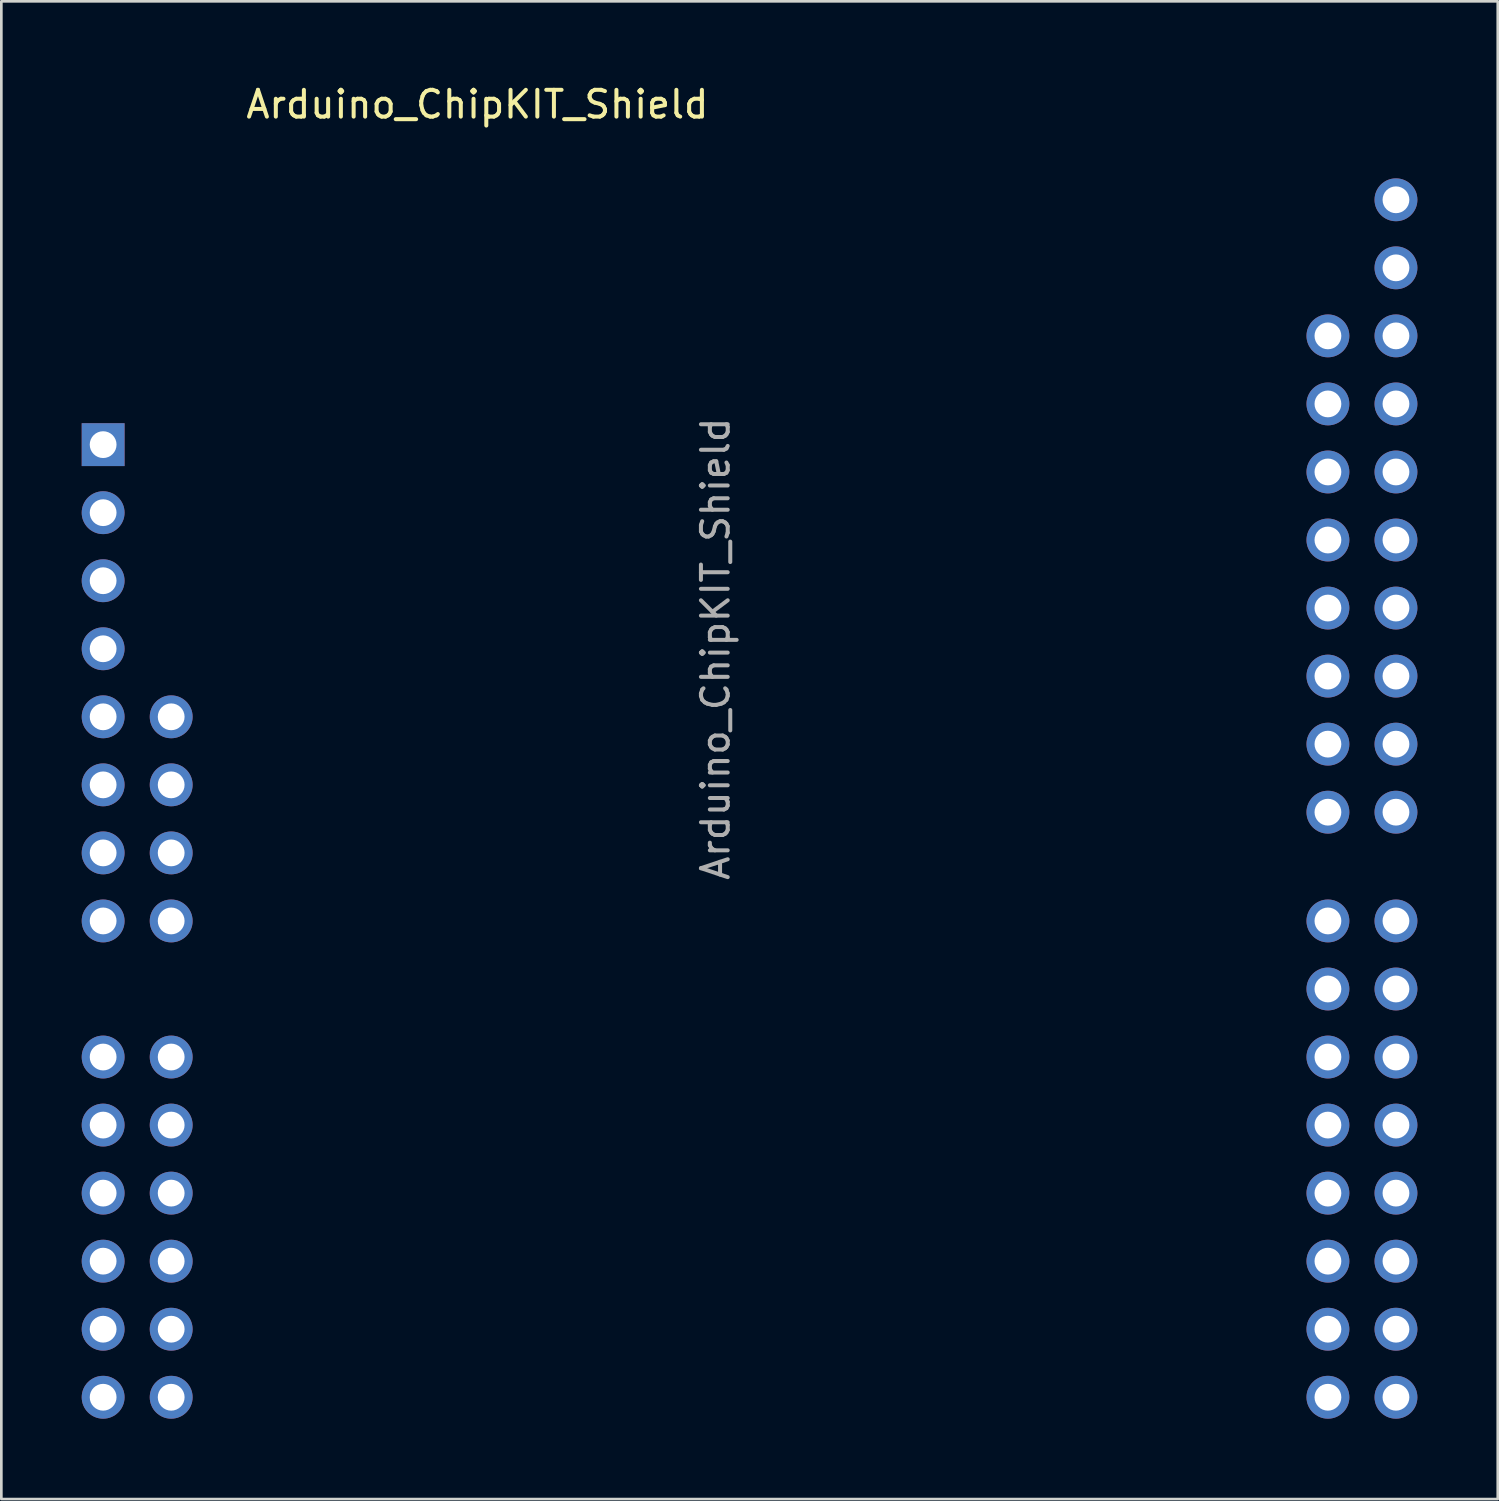
<source format=kicad_pcb>
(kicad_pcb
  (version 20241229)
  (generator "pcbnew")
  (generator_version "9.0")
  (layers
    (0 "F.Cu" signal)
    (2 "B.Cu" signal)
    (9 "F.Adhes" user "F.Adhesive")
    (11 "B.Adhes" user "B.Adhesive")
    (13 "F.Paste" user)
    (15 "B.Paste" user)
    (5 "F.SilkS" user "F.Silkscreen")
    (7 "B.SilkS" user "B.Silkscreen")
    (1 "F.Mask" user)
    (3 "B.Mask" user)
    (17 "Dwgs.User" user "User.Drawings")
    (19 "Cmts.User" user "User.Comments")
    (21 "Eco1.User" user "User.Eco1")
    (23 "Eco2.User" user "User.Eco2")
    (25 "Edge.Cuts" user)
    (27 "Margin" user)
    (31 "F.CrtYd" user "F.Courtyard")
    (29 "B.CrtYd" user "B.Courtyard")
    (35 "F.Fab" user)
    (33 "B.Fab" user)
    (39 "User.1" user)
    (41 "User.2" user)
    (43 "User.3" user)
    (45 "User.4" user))
  (footprint "Arduino_ChipKIT_Shield"
    (layer "F.Cu")
    (at 12.23 2.118)
    (property "Reference" "Arduino_ChipKIT_Shield" (at 2.54 -1.27 0) (layer "F.SilkS") (effects (font (size 1 1) (thickness 0.15))))
    (attr through_hole)
    (fp_text user "${REFERENCE}" (at 11.43 19.05 90) (layer "F.Fab") (effects (font (size 1 1) (thickness 0.15))))
    (pad "1" thru_hole rect (at -11.43 11.43) (size 1.6 1.6) (drill 1) (layers "*.Cu" "*.Mask"))
    (pad "2" thru_hole oval (at -11.43 13.97) (size 1.6 1.6) (drill 1) (layers "*.Cu" "*.Mask"))
    (pad "3" thru_hole oval (at -11.43 16.51) (size 1.6 1.6) (drill 1) (layers "*.Cu" "*.Mask"))
    (pad "4" thru_hole oval (at -11.43 19.05) (size 1.6 1.6) (drill 1) (layers "*.Cu" "*.Mask"))
    (pad "5" thru_hole oval (at -11.43 21.59) (size 1.6 1.6) (drill 1) (layers "*.Cu" "*.Mask"))
    (pad "6" thru_hole oval (at -11.43 24.13) (size 1.6 1.6) (drill 1) (layers "*.Cu" "*.Mask"))
    (pad "7" thru_hole oval (at -11.43 26.67) (size 1.6 1.6) (drill 1) (layers "*.Cu" "*.Mask"))
    (pad "8" thru_hole oval (at -11.43 29.21) (size 1.6 1.6) (drill 1) (layers "*.Cu" "*.Mask"))
    (pad "9" thru_hole oval (at -11.43 34.29) (size 1.6 1.6) (drill 1) (layers "*.Cu" "*.Mask"))
    (pad "10" thru_hole oval (at -11.43 36.83) (size 1.6 1.6) (drill 1) (layers "*.Cu" "*.Mask"))
    (pad "11" thru_hole oval (at -11.43 39.37) (size 1.6 1.6) (drill 1) (layers "*.Cu" "*.Mask"))
    (pad "12" thru_hole oval (at -11.43 41.91) (size 1.6 1.6) (drill 1) (layers "*.Cu" "*.Mask"))
    (pad "13" thru_hole oval (at -11.43 44.45) (size 1.6 1.6) (drill 1) (layers "*.Cu" "*.Mask"))
    (pad "14" thru_hole oval (at -11.43 46.99) (size 1.6 1.6) (drill 1) (layers "*.Cu" "*.Mask"))
    (pad "15" thru_hole oval (at 36.83 46.99) (size 1.6 1.6) (drill 1) (layers "*.Cu" "*.Mask"))
    (pad "16" thru_hole oval (at 36.83 44.45) (size 1.6 1.6) (drill 1) (layers "*.Cu" "*.Mask"))
    (pad "17" thru_hole oval (at 36.83 41.91) (size 1.6 1.6) (drill 1) (layers "*.Cu" "*.Mask"))
    (pad "18" thru_hole oval (at 36.83 39.37) (size 1.6 1.6) (drill 1) (layers "*.Cu" "*.Mask"))
    (pad "19" thru_hole oval (at 36.83 36.83) (size 1.6 1.6) (drill 1) (layers "*.Cu" "*.Mask"))
    (pad "20" thru_hole oval (at 36.83 34.29) (size 1.6 1.6) (drill 1) (layers "*.Cu" "*.Mask"))
    (pad "21" thru_hole oval (at 36.83 31.75) (size 1.6 1.6) (drill 1) (layers "*.Cu" "*.Mask"))
    (pad "22" thru_hole oval (at 36.83 29.21) (size 1.6 1.6) (drill 1) (layers "*.Cu" "*.Mask"))
    (pad "23" thru_hole oval (at 36.83 25.15) (size 1.6 1.6) (drill 1) (layers "*.Cu" "*.Mask"))
    (pad "24" thru_hole oval (at 36.83 22.61) (size 1.6 1.6) (drill 1) (layers "*.Cu" "*.Mask"))
    (pad "25" thru_hole oval (at 36.83 20.07) (size 1.6 1.6) (drill 1) (layers "*.Cu" "*.Mask"))
    (pad "26" thru_hole oval (at 36.83 17.53) (size 1.6 1.6) (drill 1) (layers "*.Cu" "*.Mask"))
    (pad "27" thru_hole oval (at 36.83 14.99) (size 1.6 1.6) (drill 1) (layers "*.Cu" "*.Mask"))
    (pad "28" thru_hole oval (at 36.83 12.45) (size 1.6 1.6) (drill 1) (layers "*.Cu" "*.Mask"))
    (pad "29" thru_hole oval (at 36.83 9.91) (size 1.6 1.6) (drill 1) (layers "*.Cu" "*.Mask"))
    (pad "30" thru_hole oval (at 36.83 7.37) (size 1.6 1.6) (drill 1) (layers "*.Cu" "*.Mask"))
    (pad "31" thru_hole oval (at 36.83 4.83) (size 1.6 1.6) (drill 1) (layers "*.Cu" "*.Mask"))
    (pad "32" thru_hole oval (at 36.83 2.29) (size 1.6 1.6) (drill 1) (layers "*.Cu" "*.Mask"))
    (pad "33" thru_hole oval (at 34.29 46.99) (size 1.6 1.6) (drill 1) (layers "*.Cu" "*.Mask"))
    (pad "34" thru_hole oval (at 34.29 44.45) (size 1.6 1.6) (drill 1) (layers "*.Cu" "*.Mask"))
    (pad "35" thru_hole oval (at 34.29 41.91) (size 1.6 1.6) (drill 1) (layers "*.Cu" "*.Mask"))
    (pad "36" thru_hole oval (at 34.29 39.37) (size 1.6 1.6) (drill 1) (layers "*.Cu" "*.Mask"))
    (pad "37" thru_hole oval (at 34.29 36.83) (size 1.6 1.6) (drill 1) (layers "*.Cu" "*.Mask"))
    (pad "38" thru_hole oval (at 34.29 34.29) (size 1.6 1.6) (drill 1) (layers "*.Cu" "*.Mask"))
    (pad "39" thru_hole oval (at 34.29 31.75) (size 1.6 1.6) (drill 1) (layers "*.Cu" "*.Mask"))
    (pad "40" thru_hole oval (at 34.29 29.21) (size 1.6 1.6) (drill 1) (layers "*.Cu" "*.Mask"))
    (pad "41" thru_hole oval (at 34.29 25.15) (size 1.6 1.6) (drill 1) (layers "*.Cu" "*.Mask"))
    (pad "42" thru_hole oval (at 34.29 22.61) (size 1.6 1.6) (drill 1) (layers "*.Cu" "*.Mask"))
    (pad "43" thru_hole oval (at 34.29 20.07) (size 1.6 1.6) (drill 1) (layers "*.Cu" "*.Mask"))
    (pad "44" thru_hole oval (at 34.29 17.53) (size 1.6 1.6) (drill 1) (layers "*.Cu" "*.Mask"))
    (pad "45" thru_hole oval (at 34.29 14.99) (size 1.6 1.6) (drill 1) (layers "*.Cu" "*.Mask"))
    (pad "46" thru_hole oval (at 34.29 12.45) (size 1.6 1.6) (drill 1) (layers "*.Cu" "*.Mask"))
    (pad "47" thru_hole oval (at 34.29 9.91) (size 1.6 1.6) (drill 1) (layers "*.Cu" "*.Mask"))
    (pad "48" thru_hole oval (at 34.29 7.37) (size 1.6 1.6) (drill 1) (layers "*.Cu" "*.Mask"))
    (pad "49" thru_hole oval (at -8.89 34.29) (size 1.6 1.6) (drill 1) (layers "*.Cu" "*.Mask"))
    (pad "50" thru_hole oval (at -8.89 36.83) (size 1.6 1.6) (drill 1) (layers "*.Cu" "*.Mask"))
    (pad "51" thru_hole oval (at -8.89 39.37) (size 1.6 1.6) (drill 1) (layers "*.Cu" "*.Mask"))
    (pad "52" thru_hole oval (at -8.89 41.91) (size 1.6 1.6) (drill 1) (layers "*.Cu" "*.Mask"))
    (pad "53" thru_hole oval (at -8.89 44.45) (size 1.6 1.6) (drill 1) (layers "*.Cu" "*.Mask"))
    (pad "54" thru_hole oval (at -8.89 46.99) (size 1.6 1.6) (drill 1) (layers "*.Cu" "*.Mask"))
    (pad "55" thru_hole oval (at -8.89 21.59) (size 1.6 1.6) (drill 1) (layers "*.Cu" "*.Mask"))
    (pad "56" thru_hole oval (at -8.89 24.13) (size 1.6 1.6) (drill 1) (layers "*.Cu" "*.Mask"))
    (pad "57" thru_hole oval (at -8.89 26.67) (size 1.6 1.6) (drill 1) (layers "*.Cu" "*.Mask"))
    (pad "58" thru_hole oval (at -8.89 29.21) (size 1.6 1.6) (drill 1) (layers "*.Cu" "*.Mask")))
  (gr_rect
    (start -3 -3)
    (end 52.86 52.908)
    (stroke (width 0.1) (type default))
    (fill no)
    (layer "Edge.Cuts")))
</source>
